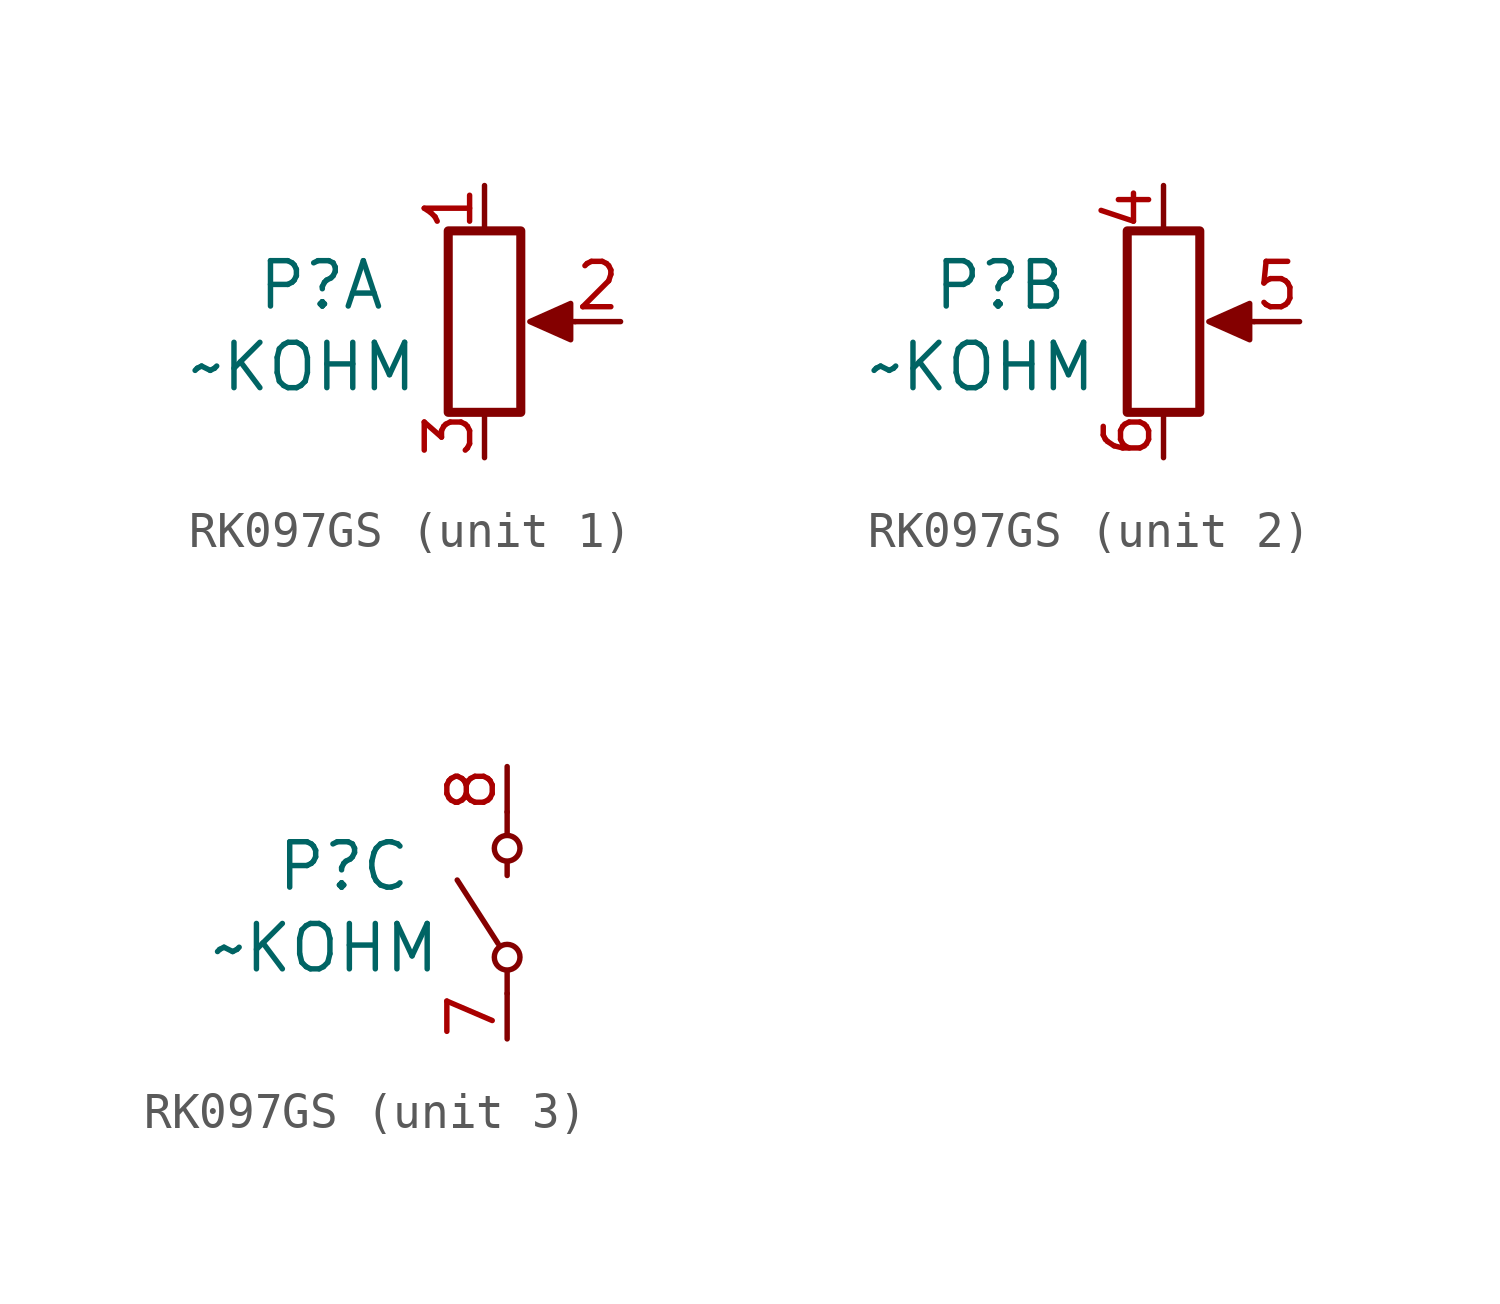
<source format=kicad_sym>
(kicad_symbol_lib
  (version 20241209)
  (generator "kicad_symbol_editor")
  (generator_version "9.0")
  (symbol "RK097GS"
    (pin_names
      (hide yes))
    (property "Reference" "P"
      (at -4.572 1.016 0)
      (effects (font (size 1.27 1.27))))
    (property "Value" "~KOHM"
      (at -5.08 -1.27 0)
      (effects (font (size 1.27 1.27))))
    (property "ki_locked" ""
      (at 0 0 0)
      (effects (font (size 1.27 1.27))))
    (symbol "RK097GS_1_1"
      (rectangle (start -1.016 2.54) (end 1.016 -2.54) (stroke (width 0.254) (type solid)) (fill (type none)))
      (polyline (pts (xy 1.27 0) (xy 2.413 0.508) (xy 2.413 -0.508) (xy 1.27 0)) (stroke (width 0) (type solid)) (fill (type outline)))
      (polyline (pts (xy 2.54 0) (xy 1.778 0)) (stroke (width 0) (type default)) (fill (type none)))
      (pin passive line (at 0 3.81 270) (length 1.27) (name "1" (effects (font (size 1.27 1.27)))) (number "1" (effects (font (size 1.27 1.27)))))
      (pin passive line (at 0 -3.81 90) (length 1.27) (name "3" (effects (font (size 1.27 1.27)))) (number "3" (effects (font (size 1.27 1.27)))))
      (pin passive line (at 3.81 0 180) (length 1.27) (name "2" (effects (font (size 1.27 1.27)))) (number "2" (effects (font (size 1.27 1.27))))))
    (symbol "RK097GS_2_1"
      (rectangle (start -1.016 2.54) (end 1.016 -2.54) (stroke (width 0.254) (type solid)) (fill (type none)))
      (polyline (pts (xy 1.27 0) (xy 2.413 0.508) (xy 2.413 -0.508) (xy 1.27 0)) (stroke (width 0) (type solid)) (fill (type outline)))
      (polyline (pts (xy 2.54 0) (xy 1.778 0)) (stroke (width 0) (type default)) (fill (type none)))
      (pin passive line (at 0 3.81 270) (length 1.27) (name "4" (effects (font (size 1.27 1.27)))) (number "4" (effects (font (size 1.27 1.27)))))
      (pin passive line (at 0 -3.81 90) (length 1.27) (name "6" (effects (font (size 1.27 1.27)))) (number "6" (effects (font (size 1.27 1.27)))))
      (pin passive line (at 3.81 0 180) (length 1.27) (name "5" (effects (font (size 1.27 1.27)))) (number "5" (effects (font (size 1.27 1.27))))))
    (symbol "RK097GS_3_1"
      (polyline (pts (xy -0.254 -1.143) (xy -1.397 0.635)) (stroke (width 0) (type default)) (fill (type none)))
      (polyline (pts (xy 0 2.54) (xy 0 1.905)) (stroke (width 0) (type default)) (fill (type none)))
      (circle (center 0 1.524) (radius 0.359) (stroke (width 0) (type default)) (fill (type none)))
      (polyline (pts (xy 0 1.143) (xy 0 0.762)) (stroke (width 0) (type default)) (fill (type none)))
      (circle (center 0 -1.524) (radius 0.359) (stroke (width 0) (type default)) (fill (type none)))
      (polyline (pts (xy 0 -1.905) (xy 0 -2.54)) (stroke (width 0) (type default)) (fill (type none)))
      (pin passive line (at 0 3.81 270) (length 1.27) (name "8" (effects (font (size 1.27 1.27)))) (number "8" (effects (font (size 1.27 1.27)))))
      (pin passive line (at 0 -3.81 90) (length 1.27) (name "7" (effects (font (size 1.27 1.27)))) (number "7" (effects (font (size 1.27 1.27))))))))
</source>
